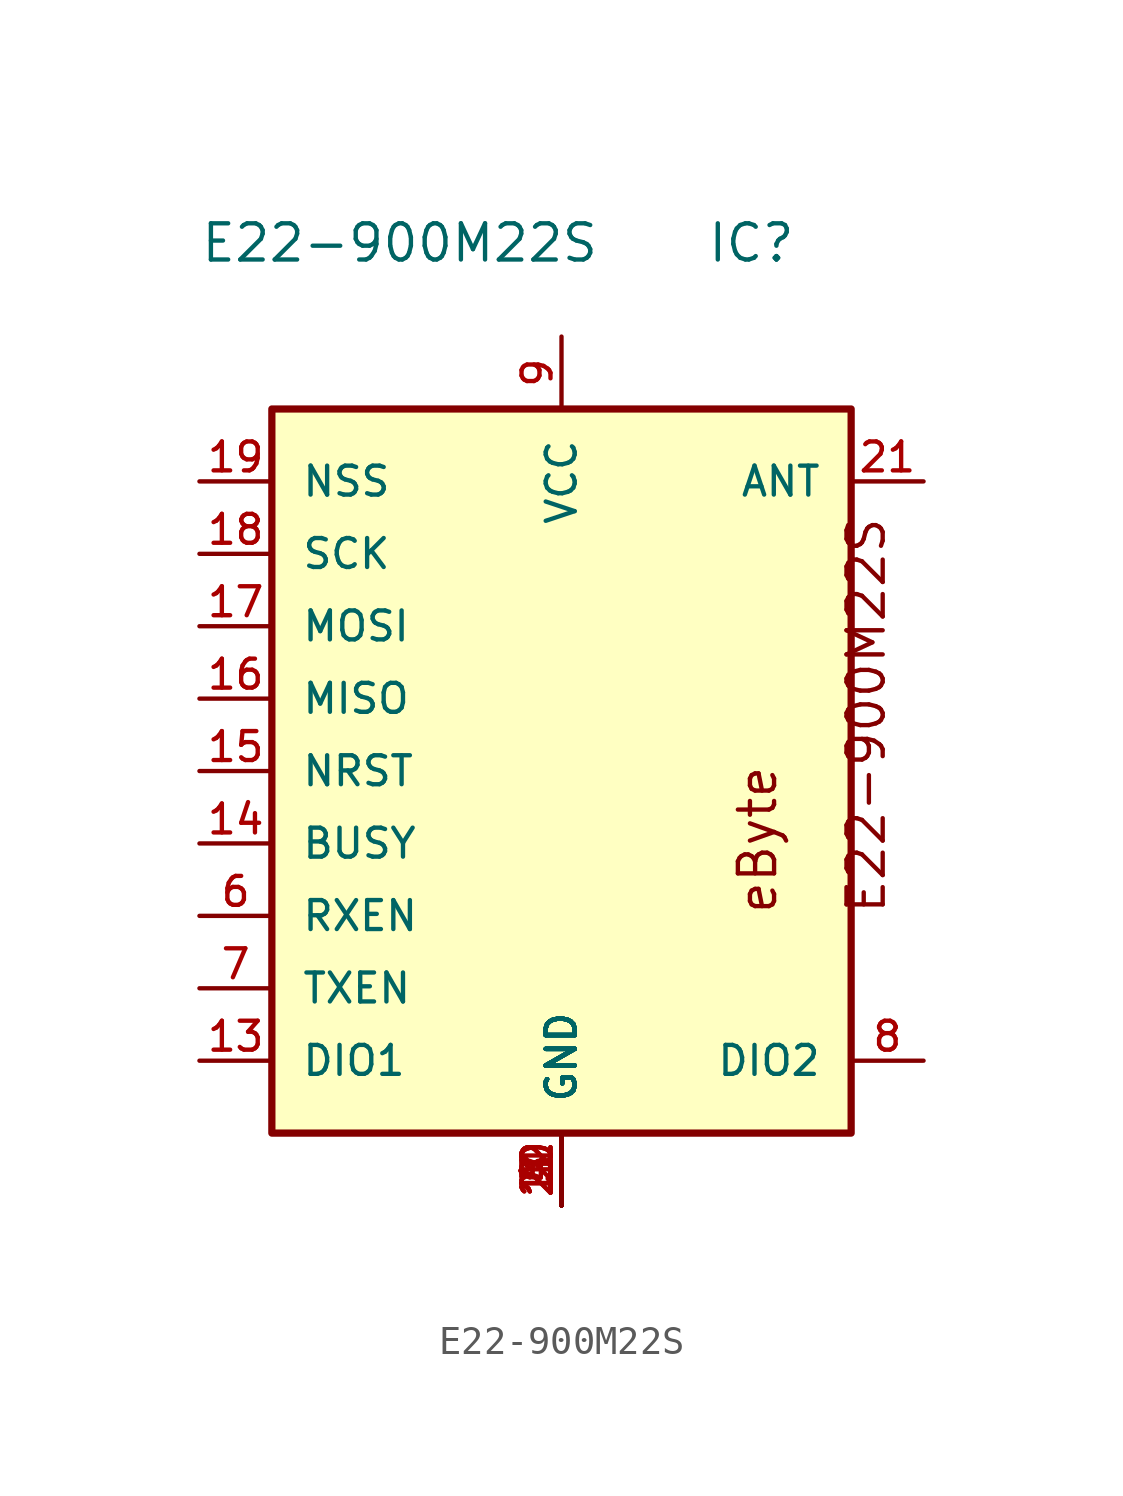
<source format=kicad_sym>
(kicad_symbol_lib
  (version 20211014)
  (generator kicad_symbol_editor)
  (symbol "E22-900M22S"
    (pin_names
      (offset 1.016))
    (property "Reference" "IC"
      (at 5.08 17.78 0)
      (effects (font (size 1.27 1.27)) (justify bottom left)))
    (property "Value" "E22-900M22S"
      (at -12.7 17.78 0)
      (effects (font (size 1.27 1.27)) (justify bottom left)))
    (symbol "E22-900M22S_0_0"
      (text "eByte" (at 7.62 -5.08 900) (effects (font (size 1.27 1.27)) (justify bottom left)))
      (text "E22-900M22S" (at 11.43 -5.08 900) (effects (font (size 1.27 1.27)) (justify bottom left)))
      (rectangle (start -10.16 -12.7) (end 10.16 12.7) (stroke (width 0.254)) (fill (type background)))
      (pin output line (at 12.7 10.16 180.0) (length 2.54) (name "ANT" (effects (font (size 1.016 1.016)))) (number "21" (effects (font (size 1.016 1.016)))))
      (pin bidirectional line (at -12.7 -2.54 0) (length 2.54) (name "BUSY" (effects (font (size 1.016 1.016)))) (number "14" (effects (font (size 1.016 1.016)))))
      (pin bidirectional line (at -12.7 -10.16 0) (length 2.54) (name "DIO1" (effects (font (size 1.016 1.016)))) (number "13" (effects (font (size 1.016 1.016)))))
      (pin bidirectional line (at 12.7 -10.16 180.0) (length 2.54) (name "DIO2" (effects (font (size 1.016 1.016)))) (number "8" (effects (font (size 1.016 1.016)))))
      (pin power_in line (at 0.0 -15.24 90.0) (length 2.54) (name "GND" (effects (font (size 1.016 1.016)))) (number "1" (effects (font (size 1.016 1.016)))))
      (pin power_in line (at 0.0 -15.24 90.0) (length 2.54) (name "GND" (effects (font (size 1.016 1.016)))) (number "2" (effects (font (size 1.016 1.016)))))
      (pin power_in line (at 0.0 -15.24 90.0) (length 2.54) (name "GND" (effects (font (size 1.016 1.016)))) (number "3" (effects (font (size 1.016 1.016)))))
      (pin power_in line (at 0.0 -15.24 90.0) (length 2.54) (name "GND" (effects (font (size 1.016 1.016)))) (number "4" (effects (font (size 1.016 1.016)))))
      (pin power_in line (at 0.0 -15.24 90.0) (length 2.54) (name "GND" (effects (font (size 1.016 1.016)))) (number "5" (effects (font (size 1.016 1.016)))))
      (pin power_in line (at 0.0 -15.24 90.0) (length 2.54) (name "GND" (effects (font (size 1.016 1.016)))) (number "10" (effects (font (size 1.016 1.016)))))
      (pin power_in line (at 0.0 -15.24 90.0) (length 2.54) (name "GND" (effects (font (size 1.016 1.016)))) (number "11" (effects (font (size 1.016 1.016)))))
      (pin power_in line (at 0.0 -15.24 90.0) (length 2.54) (name "GND" (effects (font (size 1.016 1.016)))) (number "12" (effects (font (size 1.016 1.016)))))
      (pin power_in line (at 0.0 -15.24 90.0) (length 2.54) (name "GND" (effects (font (size 1.016 1.016)))) (number "20" (effects (font (size 1.016 1.016)))))
      (pin power_in line (at 0.0 -15.24 90.0) (length 2.54) (name "GND" (effects (font (size 1.016 1.016)))) (number "22" (effects (font (size 1.016 1.016)))))
      (pin bidirectional line (at -12.7 2.54 0) (length 2.54) (name "MISO" (effects (font (size 1.016 1.016)))) (number "16" (effects (font (size 1.016 1.016)))))
      (pin bidirectional line (at -12.7 5.08 0) (length 2.54) (name "MOSI" (effects (font (size 1.016 1.016)))) (number "17" (effects (font (size 1.016 1.016)))))
      (pin bidirectional line (at -12.7 0.0 0) (length 2.54) (name "NRST" (effects (font (size 1.016 1.016)))) (number "15" (effects (font (size 1.016 1.016)))))
      (pin input line (at -12.7 10.16 0) (length 2.54) (name "NSS" (effects (font (size 1.016 1.016)))) (number "19" (effects (font (size 1.016 1.016)))))
      (pin input line (at -12.7 -5.08 0) (length 2.54) (name "RXEN" (effects (font (size 1.016 1.016)))) (number "6" (effects (font (size 1.016 1.016)))))
      (pin input line (at -12.7 7.62 0) (length 2.54) (name "SCK" (effects (font (size 1.016 1.016)))) (number "18" (effects (font (size 1.016 1.016)))))
      (pin bidirectional line (at -12.7 -7.62 0) (length 2.54) (name "TXEN" (effects (font (size 1.016 1.016)))) (number "7" (effects (font (size 1.016 1.016)))))
      (pin power_in line (at 0.0 15.24 270.0) (length 2.54) (name "VCC" (effects (font (size 1.016 1.016)))) (number "9" (effects (font (size 1.016 1.016))))))))
</source>
